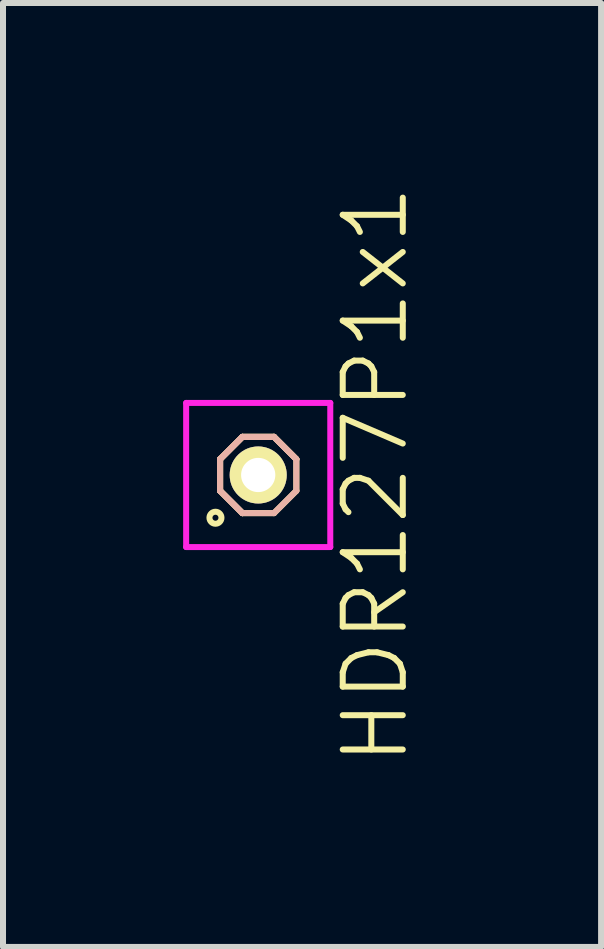
<source format=kicad_pcb>
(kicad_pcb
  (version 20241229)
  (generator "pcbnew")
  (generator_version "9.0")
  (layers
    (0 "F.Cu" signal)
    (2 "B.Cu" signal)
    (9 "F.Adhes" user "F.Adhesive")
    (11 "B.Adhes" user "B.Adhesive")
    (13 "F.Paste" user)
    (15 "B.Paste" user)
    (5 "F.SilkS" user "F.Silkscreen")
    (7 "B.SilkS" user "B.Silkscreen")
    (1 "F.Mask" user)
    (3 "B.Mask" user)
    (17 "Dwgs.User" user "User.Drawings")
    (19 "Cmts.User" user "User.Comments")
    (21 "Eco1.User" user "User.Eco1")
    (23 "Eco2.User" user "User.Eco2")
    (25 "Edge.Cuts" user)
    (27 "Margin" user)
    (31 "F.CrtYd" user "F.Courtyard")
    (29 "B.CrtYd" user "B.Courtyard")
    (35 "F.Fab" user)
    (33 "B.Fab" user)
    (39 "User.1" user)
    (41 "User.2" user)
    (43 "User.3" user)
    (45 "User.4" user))
  (footprint "HDR127P1x1"
    (layer "F.Cu")
    (at 1.25 4.86)
    (property "Reference" "HDR127P1x1" (at 1.95 0 90) (layer "F.SilkS") (effects (font (size 1 1) (thickness 0.1))))
    (attr through_hole)
    (fp_line (start -0.635 -0.263) (end -0.263 -0.635) (stroke (width 0.1) (type solid)) (layer "F.SilkS"))
    (fp_line (start -0.635 -0.263) (end -0.263 -0.635) (stroke (width 0.1) (type solid)) (layer "F.SilkS"))
    (fp_line (start -0.635 0.263) (end -0.635 -0.263) (stroke (width 0.1) (type solid)) (layer "F.SilkS"))
    (fp_line (start -0.635 0.263) (end -0.635 -0.263) (stroke (width 0.1) (type solid)) (layer "F.SilkS"))
    (fp_line (start -0.263 -0.635) (end 0.263 -0.635) (stroke (width 0.1) (type solid)) (layer "F.SilkS"))
    (fp_line (start -0.263 -0.635) (end 0.263 -0.635) (stroke (width 0.1) (type solid)) (layer "F.SilkS"))
    (fp_line (start -0.263 0.635) (end -0.635 0.263) (stroke (width 0.1) (type solid)) (layer "F.SilkS"))
    (fp_line (start -0.263 0.635) (end -0.635 0.263) (stroke (width 0.1) (type solid)) (layer "F.SilkS"))
    (fp_line (start 0.263 -0.635) (end 0.635 -0.263) (stroke (width 0.1) (type solid)) (layer "F.SilkS"))
    (fp_line (start 0.263 -0.635) (end 0.635 -0.263) (stroke (width 0.1) (type solid)) (layer "F.SilkS"))
    (fp_line (start 0.263 0.635) (end -0.263 0.635) (stroke (width 0.1) (type solid)) (layer "F.SilkS"))
    (fp_line (start 0.635 -0.263) (end 0.635 0.263) (stroke (width 0.1) (type solid)) (layer "F.SilkS"))
    (fp_line (start 0.635 0.263) (end 0.263 0.635) (stroke (width 0.1) (type solid)) (layer "F.SilkS"))
    (fp_circle (center -0.712 0.712) (end -0.612 0.712) (stroke (width 0.1) (type solid)) (fill no) (layer "F.SilkS"))
    (fp_line (start -0.635 -0.263) (end -0.263 -0.635) (stroke (width 0.1) (type solid)) (layer "B.SilkS"))
    (fp_line (start -0.635 -0.263) (end -0.263 -0.635) (stroke (width 0.1) (type solid)) (layer "B.SilkS"))
    (fp_line (start -0.635 0.263) (end -0.635 -0.263) (stroke (width 0.1) (type solid)) (layer "B.SilkS"))
    (fp_line (start -0.635 0.263) (end -0.635 -0.263) (stroke (width 0.1) (type solid)) (layer "B.SilkS"))
    (fp_line (start -0.263 -0.635) (end 0.263 -0.635) (stroke (width 0.1) (type solid)) (layer "B.SilkS"))
    (fp_line (start -0.263 -0.635) (end 0.263 -0.635) (stroke (width 0.1) (type solid)) (layer "B.SilkS"))
    (fp_line (start -0.263 0.635) (end -0.635 0.263) (stroke (width 0.1) (type solid)) (layer "B.SilkS"))
    (fp_line (start -0.263 0.635) (end -0.635 0.263) (stroke (width 0.1) (type solid)) (layer "B.SilkS"))
    (fp_line (start 0.263 -0.635) (end 0.635 -0.263) (stroke (width 0.1) (type solid)) (layer "B.SilkS"))
    (fp_line (start 0.263 -0.635) (end 0.635 -0.263) (stroke (width 0.1) (type solid)) (layer "B.SilkS"))
    (fp_line (start 0.263 0.635) (end -0.263 0.635) (stroke (width 0.1) (type solid)) (layer "B.SilkS"))
    (fp_line (start 0.635 -0.263) (end 0.635 0.263) (stroke (width 0.1) (type solid)) (layer "B.SilkS"))
    (fp_line (start 0.635 0.263) (end 0.263 0.635) (stroke (width 0.1) (type solid)) (layer "B.SilkS"))
    (fp_line (start -1.2 -1.2) (end -1.2 1.2) (stroke (width 0.1) (type solid)) (layer "F.CrtYd"))
    (fp_line (start -1.2 1.2) (end 1.2 1.2) (stroke (width 0.1) (type solid)) (layer "F.CrtYd"))
    (fp_line (start 1.2 -1.2) (end -1.2 -1.2) (stroke (width 0.1) (type solid)) (layer "F.CrtYd"))
    (fp_line (start 1.2 1.2) (end 1.2 -1.2) (stroke (width 0.1) (type solid)) (layer "F.CrtYd"))
    (pad "1" thru_hole oval (at 0 0) (size 0.95 0.95) (drill 0.57) (layers "*.Cu" "*.Mask" "F.SilkS")))
  (gr_rect
    (start -3 -3)
    (end 6.96 12.719)
    (stroke (width 0.1) (type default))
    (fill no)
    (layer "Edge.Cuts")))
</source>
